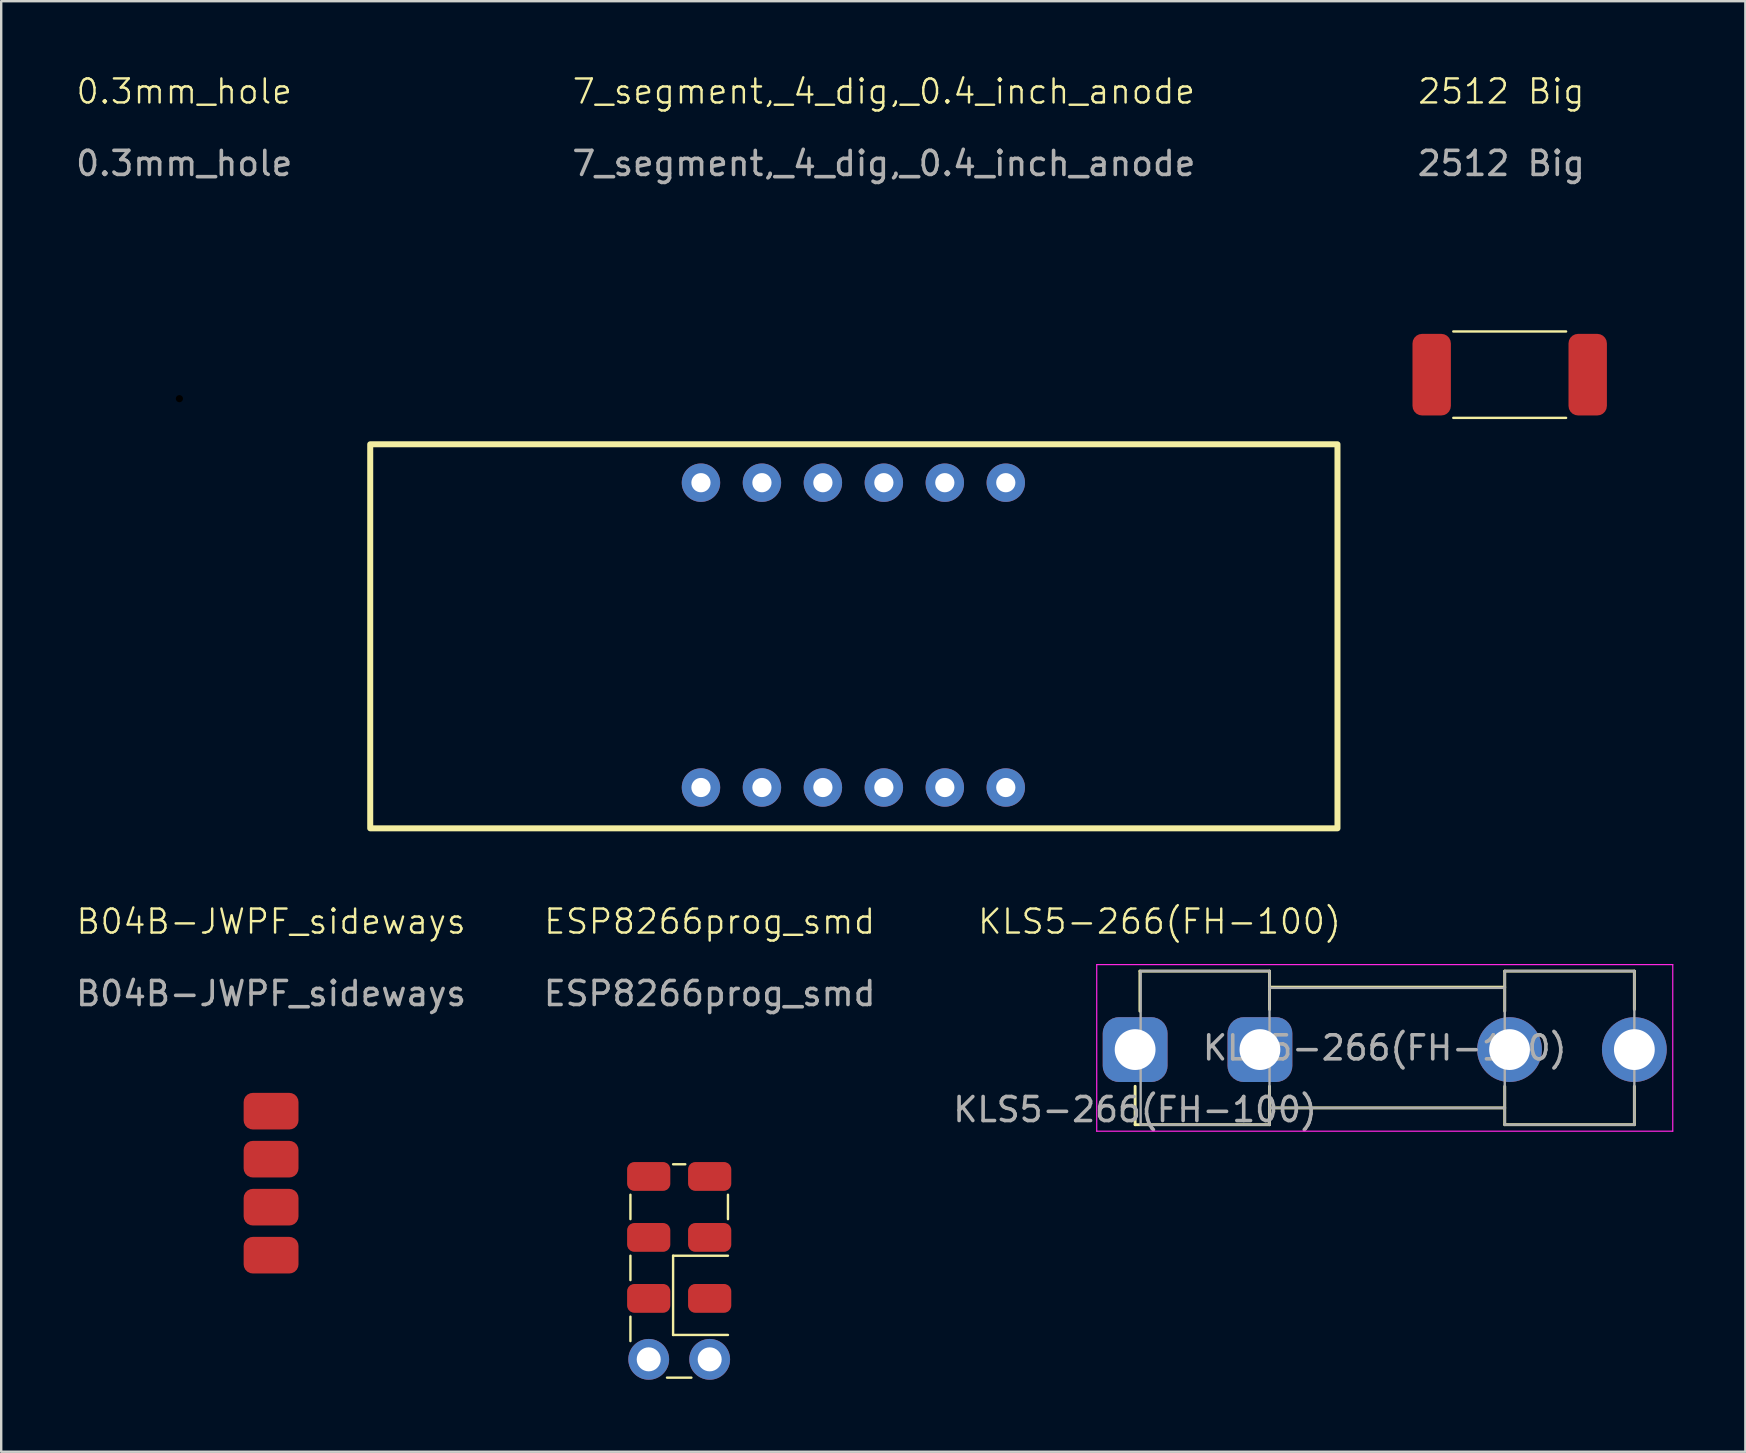
<source format=kicad_pcb>
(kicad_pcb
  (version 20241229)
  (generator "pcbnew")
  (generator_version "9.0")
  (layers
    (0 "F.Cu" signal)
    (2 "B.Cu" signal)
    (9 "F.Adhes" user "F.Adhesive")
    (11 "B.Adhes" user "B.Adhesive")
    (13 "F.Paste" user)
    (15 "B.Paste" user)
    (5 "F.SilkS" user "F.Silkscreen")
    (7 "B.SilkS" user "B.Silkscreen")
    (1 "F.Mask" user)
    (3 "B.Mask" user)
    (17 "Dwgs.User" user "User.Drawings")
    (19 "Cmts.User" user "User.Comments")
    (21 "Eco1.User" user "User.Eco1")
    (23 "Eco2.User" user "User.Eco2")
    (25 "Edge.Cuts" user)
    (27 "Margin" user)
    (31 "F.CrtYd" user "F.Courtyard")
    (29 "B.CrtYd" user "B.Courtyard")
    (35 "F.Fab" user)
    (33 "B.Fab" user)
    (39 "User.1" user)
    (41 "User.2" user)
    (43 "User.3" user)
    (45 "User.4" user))
  (footprint "B04B-JWPF_sideways"
    (layer "F.Cu")
    (at 8.244 46.246)
    (property "Reference" "B04B-JWPF_sideways" (at 0 -10.9 0) (unlocked yes) (layer "F.SilkS") (effects (font (size 1 1) (thickness 0.1))))
    (attr smd)
    (fp_text user "${REFERENCE}" (at 0 -7.9 0) (unlocked yes) (layer "F.Fab") (effects (font (size 1 1) (thickness 0.15))))
    (pad "1" smd roundrect (at 0 -3) (size 2.286 1.524) (layers "F.Cu" "F.Mask" "F.Paste") (roundrect_rratio 0.25))
    (pad "2" smd roundrect (at 0 -1) (size 2.286 1.524) (layers "F.Cu" "F.Mask" "F.Paste") (roundrect_rratio 0.25))
    (pad "3" smd roundrect (at 0 1) (size 2.286 1.524) (layers "F.Cu" "F.Mask" "F.Paste") (roundrect_rratio 0.25))
    (pad "4" smd roundrect (at 0 3) (size 2.286 1.524) (layers "F.Cu" "F.Mask" "F.Paste") (roundrect_rratio 0.25)))
  (footprint "KLS5-266(FH-100)"
    (layer "F.Cu")
    (at 44.244 40.68)
    (property "Reference" "KLS5-266(FH-100)" (at 1.016 -5.334 0) (unlocked yes) (layer "F.SilkS") (effects (font (size 1 1) (thickness 0.1))))
    (attr smd)
    (fp_line (start 0 3.13) (end 0 1.53) (stroke (width 0.12) (type solid)) (layer "F.SilkS"))
    (fp_line (start 0.2 -3.27) (end 0.2 -1.6) (stroke (width 0.12) (type solid)) (layer "F.SilkS"))
    (fp_line (start 5.6 -3.27) (end 0.2 -3.27) (stroke (width 0.12) (type solid)) (layer "F.SilkS"))
    (fp_line (start 5.6 -3.27) (end 5.6 -1.67) (stroke (width 0.12) (type solid)) (layer "F.SilkS"))
    (fp_line (start 5.6 3.13) (end 0 3.13) (stroke (width 0.12) (type solid)) (layer "F.SilkS"))
    (fp_line (start 5.6 3.13) (end 5.6 1.53) (stroke (width 0.12) (type solid)) (layer "F.SilkS"))
    (fp_line (start 15.4 -3.27) (end 15.4 -1.6) (stroke (width 0.12) (type solid)) (layer "F.SilkS"))
    (fp_line (start 15.4 -2.6) (end 5.6 -2.6) (stroke (width 0.12) (type solid)) (layer "F.SilkS"))
    (fp_line (start 15.4 2.43) (end 5.6 2.43) (stroke (width 0.12) (type solid)) (layer "F.SilkS"))
    (fp_line (start 15.4 3.13) (end 15.4 1.53) (stroke (width 0.12) (type solid)) (layer "F.SilkS"))
    (fp_line (start 15.4 3.13) (end 20.8 3.13) (stroke (width 0.12) (type solid)) (layer "F.SilkS"))
    (fp_line (start 20.8 -3.27) (end 15.4 -3.27) (stroke (width 0.12) (type solid)) (layer "F.SilkS"))
    (fp_line (start 20.8 -1.67) (end 20.8 -3.27) (stroke (width 0.12) (type solid)) (layer "F.SilkS"))
    (fp_line (start 20.8 1.53) (end 20.8 3.13) (stroke (width 0.12) (type solid)) (layer "F.SilkS"))
    (fp_line (start -1.6 -3.54) (end -1.6 3.4) (stroke (width 0.05) (type solid)) (layer "F.CrtYd"))
    (fp_line (start -1.6 -3.54) (end 22.4 -3.54) (stroke (width 0.05) (type solid)) (layer "F.CrtYd"))
    (fp_line (start 22.4 3.4) (end -1.6 3.4) (stroke (width 0.05) (type solid)) (layer "F.CrtYd"))
    (fp_line (start 22.4 3.4) (end 22.4 -3.54) (stroke (width 0.05) (type solid)) (layer "F.CrtYd"))
    (fp_line (start 0.23 -3.27) (end 5.6 -3.27) (stroke (width 0.1) (type solid)) (layer "F.Fab"))
    (fp_line (start 0.23 3.13) (end 0.23 -3.27) (stroke (width 0.1) (type solid)) (layer "F.Fab"))
    (fp_line (start 5.6 -3.27) (end 5.6 3.13) (stroke (width 0.1) (type solid)) (layer "F.Fab"))
    (fp_line (start 5.6 -2.57) (end 15.4 -2.57) (stroke (width 0.1) (type solid)) (layer "F.Fab"))
    (fp_line (start 5.6 3.13) (end 0.23 3.13) (stroke (width 0.1) (type solid)) (layer "F.Fab"))
    (fp_line (start 15.4 -3.27) (end 15.4 3.13) (stroke (width 0.1) (type solid)) (layer "F.Fab"))
    (fp_line (start 15.4 2.43) (end 5.6 2.43) (stroke (width 0.1) (type solid)) (layer "F.Fab"))
    (fp_line (start 15.4 3.13) (end 20.8 3.13) (stroke (width 0.1) (type solid)) (layer "F.Fab"))
    (fp_line (start 20.8 -3.27) (end 15.4 -3.27) (stroke (width 0.1) (type solid)) (layer "F.Fab"))
    (fp_line (start 20.8 3.13) (end 20.8 -3.27) (stroke (width 0.1) (type solid)) (layer "F.Fab"))
    (fp_text user "${REFERENCE}" (at 10.4 -0.07 0) (layer "F.Fab") (effects (font (size 1 1) (thickness 0.15))))
    (fp_text user "${REFERENCE}" (at 0 2.5 0) (unlocked yes) (layer "F.Fab") (effects (font (size 1 1) (thickness 0.15))))
    (pad "1" thru_hole roundrect (at 0 0) (size 2.7 2.7) (drill 1.7) (layers "*.Cu" "*.Mask") (roundrect_rratio 0.25))
    (pad "1" thru_hole roundrect (at 5.2 0) (size 2.7 2.7) (drill 1.7) (layers "*.Cu" "*.Mask") (roundrect_rratio 0.25))
    (pad "2" thru_hole circle (at 15.6 0) (size 2.7 2.7) (drill 1.7) (layers "*.Cu" "*.Mask"))
    (pad "2" thru_hole circle (at 20.8 0) (size 2.7 2.7) (drill 1.7) (layers "*.Cu" "*.Mask")))
  (footprint "ESP8266prog_smd"
    (layer "F.Cu")
    (at 26.518 48.506)
    (property "Reference" "ESP8266prog_smd" (at 0 -13.16 0) (unlocked yes) (layer "F.SilkS") (effects (font (size 1 1) (thickness 0.1))))
    (attr smd)
    (fp_line (start -3.302 -1.778) (end -3.302 -0.762) (stroke (width 0.1) (type default)) (layer "F.SilkS"))
    (fp_line (start -3.302 0.762) (end -3.302 1.778) (stroke (width 0.1) (type default)) (layer "F.SilkS"))
    (fp_line (start -3.302 3.302) (end -3.302 4.318) (stroke (width 0.1) (type default)) (layer "F.SilkS"))
    (fp_line (start -1.778 5.842) (end -0.762 5.842) (stroke (width 0.1) (type default)) (layer "F.SilkS"))
    (fp_line (start -1.524 -3.048) (end -1.016 -3.048) (stroke (width 0.1) (type default)) (layer "F.SilkS"))
    (fp_line (start -1.524 0.762) (end -1.524 4.064) (stroke (width 0.1) (type default)) (layer "F.SilkS"))
    (fp_line (start 0.762 -1.778) (end 0.762 -0.762) (stroke (width 0.1) (type default)) (layer "F.SilkS"))
    (fp_line (start 0.762 0.762) (end -1.524 0.762) (stroke (width 0.1) (type default)) (layer "F.SilkS"))
    (fp_line (start 0.762 4.064) (end -1.524 4.064) (stroke (width 0.1) (type default)) (layer "F.SilkS"))
    (fp_text user "${REFERENCE}" (at 0 -10.16 0) (unlocked yes) (layer "F.Fab") (effects (font (size 1 1) (thickness 0.15))))
    (pad "" thru_hole circle (at -2.54 5.08) (size 1.7 1.7) (drill 1) (layers "*.Cu" "*.Mask"))
    (pad "" thru_hole circle (at 0 5.08) (size 1.7 1.7) (drill 1) (layers "*.Cu" "*.Mask"))
    (pad "1" smd roundrect (at -2.54 -2.54) (size 1.8 1.2) (layers "F.Cu" "F.Mask" "F.Paste") (roundrect_rratio 0.25))
    (pad "2" smd roundrect (at 0 -2.54) (size 1.8 1.2) (layers "F.Cu" "F.Mask" "F.Paste") (roundrect_rratio 0.25))
    (pad "3" smd roundrect (at -2.54 0) (size 1.8 1.2) (layers "F.Cu" "F.Mask" "F.Paste") (roundrect_rratio 0.25))
    (pad "4" smd roundrect (at 0 0) (size 1.8 1.2) (layers "F.Cu" "F.Mask" "F.Paste") (roundrect_rratio 0.25))
    (pad "5" smd roundrect (at -2.54 2.54) (size 1.8 1.2) (layers "F.Cu" "F.Mask" "F.Paste") (roundrect_rratio 0.25))
    (pad "6" smd roundrect (at 0 2.54) (size 1.8 1.2) (layers "F.Cu" "F.Mask" "F.Paste") (roundrect_rratio 0.25)))
  (footprint "7_segment,_4_dig,_0.4_inch_anode"
    (layer "F.Cu")
    (at 33.775 17.061)
    (property "Reference" "7_segment,_4_dig,_0.4_inch_anode" (at 0 -16.3 0) (unlocked yes) (layer "F.SilkS") (effects (font (size 1 1) (thickness 0.1))))
    (attr through_hole)
    (fp_rect (start -21.4 -1.6) (end 18.9 14.4) (stroke (width 0.25) (type default)) (fill no) (layer "F.SilkS"))
    (fp_text user "${REFERENCE}" (at 0 -13.3 0) (unlocked yes) (layer "F.Fab") (effects (font (size 1 1) (thickness 0.15))))
    (pad "1" thru_hole circle (at -7.62 12.7) (size 1.6 1.6) (drill 0.8) (layers "*.Cu" "*.Mask"))
    (pad "2" thru_hole circle (at -5.08 12.7) (size 1.6 1.6) (drill 0.8) (layers "*.Cu" "*.Mask"))
    (pad "3" thru_hole circle (at -2.54 12.7) (size 1.6 1.6) (drill 0.8) (layers "*.Cu" "*.Mask"))
    (pad "4" thru_hole circle (at 0 12.7) (size 1.6 1.6) (drill 0.8) (layers "*.Cu" "*.Mask"))
    (pad "5" thru_hole circle (at 2.54 12.7) (size 1.6 1.6) (drill 0.8) (layers "*.Cu" "*.Mask"))
    (pad "6" thru_hole circle (at 5.08 12.7) (size 1.6 1.6) (drill 0.8) (layers "*.Cu" "*.Mask"))
    (pad "7" thru_hole circle (at 5.08 0) (size 1.6 1.6) (drill 0.8) (layers "*.Cu" "*.Mask"))
    (pad "8" thru_hole circle (at 2.54 0) (size 1.6 1.6) (drill 0.8) (layers "*.Cu" "*.Mask"))
    (pad "9" thru_hole circle (at 0 0) (size 1.6 1.6) (drill 0.8) (layers "*.Cu" "*.Mask"))
    (pad "10" thru_hole circle (at -2.54 0) (size 1.6 1.6) (drill 0.8) (layers "*.Cu" "*.Mask"))
    (pad "11" thru_hole circle (at -5.08 0) (size 1.6 1.6) (drill 0.8) (layers "*.Cu" "*.Mask"))
    (pad "12" thru_hole circle (at -7.62 0) (size 1.6 1.6) (drill 0.8) (layers "*.Cu" "*.Mask")))
  (footprint "2512 Big"
    (layer "F.Cu")
    (at 59.6 12.56)
    (property "Reference" "2512 Big" (at -0.1 -11.8 0) (unlocked yes) (layer "F.SilkS") (effects (font (size 1 1) (thickness 0.1))))
    (attr smd)
    (fp_line (start -2.1 -1.8) (end 2.6 -1.8) (stroke (width 0.1) (type default)) (layer "F.SilkS"))
    (fp_line (start -2.1 1.8) (end 2.6 1.8) (stroke (width 0.1) (type default)) (layer "F.SilkS"))
    (fp_text user "${REFERENCE}" (at -0.1 -8.8 0) (unlocked yes) (layer "F.Fab") (effects (font (size 1 1) (thickness 0.15))))
    (pad "1" smd roundrect (at -3 0) (size 1.6 3.4) (layers "F.Cu" "F.Mask" "F.Paste") (roundrect_rratio 0.25))
    (pad "2" smd roundrect (at 3.5 0) (size 1.6 3.4) (layers "F.Cu" "F.Mask" "F.Paste") (roundrect_rratio 0.25)))
  (footprint "0.3mm_hole"
    (layer "F.Cu")
    (at 4.425 13.56)
    (property "Reference" "0.3mm_hole" (at 0.2 -12.8 0) (unlocked yes) (layer "F.SilkS") (effects (font (size 1 1) (thickness 0.1))))
    (attr through_hole)
    (fp_text user "${REFERENCE}" (at 0.2 -9.8 0) (unlocked yes) (layer "F.Fab") (effects (font (size 1 1) (thickness 0.15))))
    (pad "" np_thru_hole circle (at 0 0) (size 0.3 0.3) (drill 0.3) (layers "*.Mask")))
  (gr_rect
    (start -3 -3)
    (end 69.669 57.436)
    (stroke (width 0.1) (type default))
    (fill no)
    (layer "Edge.Cuts")))
</source>
